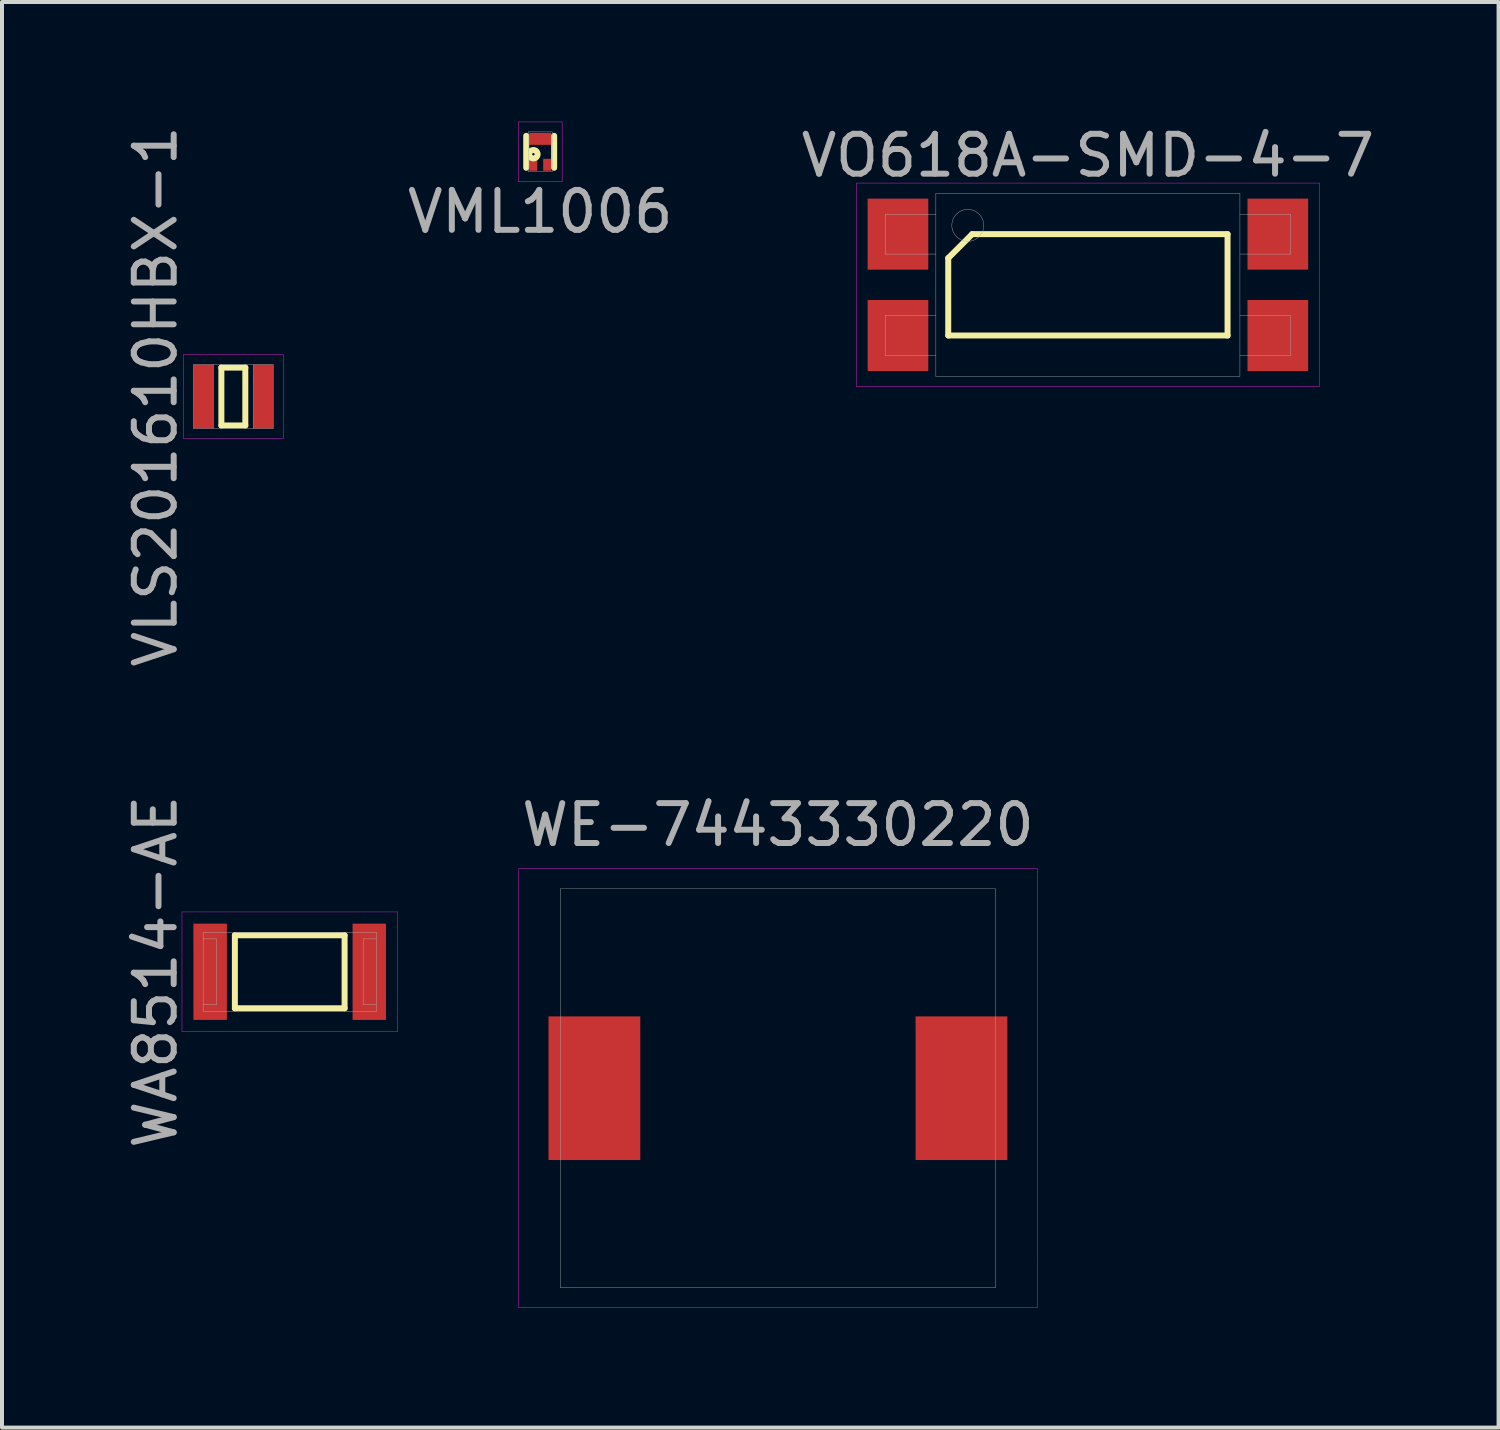
<source format=kicad_pcb>
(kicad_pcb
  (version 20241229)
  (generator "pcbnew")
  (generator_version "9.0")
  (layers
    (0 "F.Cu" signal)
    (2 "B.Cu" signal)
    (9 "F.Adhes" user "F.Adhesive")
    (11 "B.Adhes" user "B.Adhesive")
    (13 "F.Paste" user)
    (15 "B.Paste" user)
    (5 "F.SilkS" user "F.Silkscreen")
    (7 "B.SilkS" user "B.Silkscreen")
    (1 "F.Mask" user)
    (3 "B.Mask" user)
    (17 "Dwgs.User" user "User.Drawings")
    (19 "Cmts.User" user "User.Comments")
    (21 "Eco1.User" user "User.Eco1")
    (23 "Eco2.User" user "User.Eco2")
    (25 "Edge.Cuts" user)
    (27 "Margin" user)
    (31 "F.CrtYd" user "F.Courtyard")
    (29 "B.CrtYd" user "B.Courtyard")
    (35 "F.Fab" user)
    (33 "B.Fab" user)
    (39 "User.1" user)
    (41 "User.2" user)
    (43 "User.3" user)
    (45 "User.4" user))
  (footprint "VLS201610HBX-1"
    (layer "F.Cu")
    (at 2.798 6.887)
    (property "Reference" "VLS201610HBX-1" (at -1.95 0 90) (layer "F.Fab") (effects (font (size 1 1) (thickness 0.15))))
    (attr smd)
    (fp_line (start -0.3 -0.725) (end 0.3 -0.725) (stroke (width 0.15) (type solid)) (layer "F.SilkS"))
    (fp_line (start -0.3 0.725) (end -0.3 -0.725) (stroke (width 0.15) (type solid)) (layer "F.SilkS"))
    (fp_line (start 0.3 -0.725) (end 0.3 0.725) (stroke (width 0.15) (type solid)) (layer "F.SilkS"))
    (fp_line (start 0.3 0.725) (end -0.3 0.725) (stroke (width 0.15) (type solid)) (layer "F.SilkS"))
    (fp_line (start -1.25 -1.05) (end 1.25 -1.05) (stroke (width 0.01) (type solid)) (layer "F.CrtYd"))
    (fp_line (start -1.25 1.05) (end -1.25 -1.05) (stroke (width 0.01) (type solid)) (layer "F.CrtYd"))
    (fp_line (start 1.25 -1.05) (end 1.25 1.05) (stroke (width 0.01) (type solid)) (layer "F.CrtYd"))
    (fp_line (start 1.25 1.05) (end -1.25 1.05) (stroke (width 0.01) (type solid)) (layer "F.CrtYd"))
    (fp_line (start -1 -0.8) (end 1 -0.8) (stroke (width 0.01) (type solid)) (layer "F.Fab"))
    (fp_line (start -1 0.8) (end -1 -0.8) (stroke (width 0.01) (type solid)) (layer "F.Fab"))
    (fp_line (start -0.5 -0.8) (end -0.5 0.8) (stroke (width 0.01) (type solid)) (layer "F.Fab"))
    (fp_line (start 0.5 -0.8) (end 0.5 0.8) (stroke (width 0.01) (type solid)) (layer "F.Fab"))
    (fp_line (start 1 -0.8) (end 1 0.8) (stroke (width 0.01) (type solid)) (layer "F.Fab"))
    (fp_line (start 1 0.8) (end -1 0.8) (stroke (width 0.01) (type solid)) (layer "F.Fab"))
    (pad "1" smd rect (at -0.75 0) (size 0.5 1.6) (layers "F.Cu" "F.Mask" "F.Paste"))
    (pad "2" smd rect (at 0.75 0) (size 0.5 1.6) (layers "F.Cu" "F.Mask" "F.Paste")))
  (footprint "WE-7443330220"
    (layer "F.Cu")
    (at 16.446 24.222)
    (property "Reference" "WE-7443330220" (at 0 -6.6 0) (layer "F.Fab") (effects (font (size 1 1) (thickness 0.15))))
    (attr through_hole)
    (fp_line (start -6.5 -5.5) (end 6.5 -5.5) (stroke (width 0.01) (type solid)) (layer "F.CrtYd"))
    (fp_line (start -6.5 5.5) (end -6.5 -5.5) (stroke (width 0.01) (type solid)) (layer "F.CrtYd"))
    (fp_line (start 6.5 -5.5) (end 6.5 4.3) (stroke (width 0.01) (type solid)) (layer "F.CrtYd"))
    (fp_line (start 6.5 4.3) (end 6.5 5.5) (stroke (width 0.01) (type solid)) (layer "F.CrtYd"))
    (fp_line (start 6.5 5.5) (end -6.5 5.5) (stroke (width 0.01) (type solid)) (layer "F.CrtYd"))
    (fp_line (start -5.45 -5) (end 5.45 -5) (stroke (width 0.01) (type solid)) (layer "F.Fab"))
    (fp_line (start -5.45 5) (end -5.45 -5) (stroke (width 0.01) (type solid)) (layer "F.Fab"))
    (fp_line (start 5.45 -5) (end 5.45 5) (stroke (width 0.01) (type solid)) (layer "F.Fab"))
    (fp_line (start 5.45 5) (end -5.45 5) (stroke (width 0.01) (type solid)) (layer "F.Fab"))
    (pad "1" smd rect (at -4.6 0) (size 2.3 3.6) (layers "F.Cu" "F.Mask" "F.Paste"))
    (pad "2" smd rect (at 4.6 0) (size 2.3 3.6) (layers "F.Cu" "F.Mask" "F.Paste")))
  (footprint "VO618A-SMD-4-7"
    (layer "F.Cu")
    (at 24.214 4.088)
    (property "Reference" "VO618A-SMD-4-7" (at 0 -3.24 0) (layer "F.Fab") (effects (font (size 1 1) (thickness 0.15))))
    (attr smd)
    (fp_line (start -3.5 -0.67) (end -2.9 -1.27) (stroke (width 0.15) (type solid)) (layer "F.SilkS"))
    (fp_line (start -3.5 1.27) (end -3.5 -0.67) (stroke (width 0.15) (type solid)) (layer "F.SilkS"))
    (fp_line (start -2.9 -1.27) (end 3.5 -1.27) (stroke (width 0.15) (type solid)) (layer "F.SilkS"))
    (fp_line (start 3.5 -1.27) (end 3.5 1.27) (stroke (width 0.15) (type solid)) (layer "F.SilkS"))
    (fp_line (start 3.5 1.27) (end -3.5 1.27) (stroke (width 0.15) (type solid)) (layer "F.SilkS"))
    (fp_line (start -5.8 -2.55) (end 5.8 -2.55) (stroke (width 0.01) (type solid)) (layer "F.CrtYd"))
    (fp_line (start -5.8 2.55) (end -5.8 -2.55) (stroke (width 0.01) (type solid)) (layer "F.CrtYd"))
    (fp_line (start 5.8 -2.55) (end 5.8 2.55) (stroke (width 0.01) (type solid)) (layer "F.CrtYd"))
    (fp_line (start 5.8 2.55) (end -5.8 2.55) (stroke (width 0.01) (type solid)) (layer "F.CrtYd"))
    (fp_line (start -5.08 -1.77) (end -3.81 -1.77) (stroke (width 0.01) (type solid)) (layer "F.Fab"))
    (fp_line (start -5.08 -0.77) (end -5.08 -1.77) (stroke (width 0.01) (type solid)) (layer "F.Fab"))
    (fp_line (start -5.08 0.77) (end -3.81 0.77) (stroke (width 0.01) (type solid)) (layer "F.Fab"))
    (fp_line (start -5.08 1.77) (end -5.08 0.77) (stroke (width 0.01) (type solid)) (layer "F.Fab"))
    (fp_line (start -3.81 -2.29) (end 3.81 -2.29) (stroke (width 0.01) (type solid)) (layer "F.Fab"))
    (fp_line (start -3.81 -0.77) (end -5.08 -0.77) (stroke (width 0.01) (type solid)) (layer "F.Fab"))
    (fp_line (start -3.81 1.77) (end -5.08 1.77) (stroke (width 0.01) (type solid)) (layer "F.Fab"))
    (fp_line (start -3.81 2.29) (end -3.81 -2.29) (stroke (width 0.01) (type solid)) (layer "F.Fab"))
    (fp_line (start 3.81 -2.29) (end 3.81 2.29) (stroke (width 0.01) (type solid)) (layer "F.Fab"))
    (fp_line (start 3.81 -1.77) (end 5.08 -1.77) (stroke (width 0.01) (type solid)) (layer "F.Fab"))
    (fp_line (start 3.81 0.77) (end 5.08 0.77) (stroke (width 0.01) (type solid)) (layer "F.Fab"))
    (fp_line (start 3.81 2.29) (end -3.81 2.29) (stroke (width 0.01) (type solid)) (layer "F.Fab"))
    (fp_line (start 5.08 -1.77) (end 5.08 -0.77) (stroke (width 0.01) (type solid)) (layer "F.Fab"))
    (fp_line (start 5.08 -0.77) (end 3.81 -0.77) (stroke (width 0.01) (type solid)) (layer "F.Fab"))
    (fp_line (start 5.08 0.77) (end 5.08 1.77) (stroke (width 0.01) (type solid)) (layer "F.Fab"))
    (fp_line (start 5.08 1.77) (end 3.81 1.77) (stroke (width 0.01) (type solid)) (layer "F.Fab"))
    (fp_circle (center -3.01 -1.49) (end -3.01 -1.09) (stroke (width 0.01) (type solid)) (fill no) (layer "F.Fab"))
    (pad "1" smd rect (at -4.76 -1.27) (size 1.52 1.78) (layers "F.Cu" "F.Mask" "F.Paste"))
    (pad "2" smd rect (at -4.76 1.27) (size 1.52 1.78) (layers "F.Cu" "F.Mask" "F.Paste"))
    (pad "3" smd rect (at 4.76 1.27) (size 1.52 1.78) (layers "F.Cu" "F.Mask" "F.Paste"))
    (pad "4" smd rect (at 4.76 -1.27) (size 1.52 1.78) (layers "F.Cu" "F.Mask" "F.Paste")))
  (footprint "WA8514-AE"
    (layer "F.Cu")
    (at 4.211 21.304)
    (property "Reference" "WA8514-AE" (at -3.363 0 90) (layer "F.Fab") (effects (font (size 1 1) (thickness 0.15))))
    (attr smd)
    (fp_line (start -1.375 -0.915) (end 1.375 -0.915) (stroke (width 0.15) (type solid)) (layer "F.SilkS"))
    (fp_line (start -1.375 0.915) (end -1.375 -0.915) (stroke (width 0.15) (type solid)) (layer "F.SilkS"))
    (fp_line (start 1.375 -0.915) (end 1.375 0.915) (stroke (width 0.15) (type solid)) (layer "F.SilkS"))
    (fp_line (start 1.375 0.915) (end -1.375 0.915) (stroke (width 0.15) (type solid)) (layer "F.SilkS"))
    (fp_line (start -2.7 -1.5) (end 2.7 -1.5) (stroke (width 0.01) (type solid)) (layer "F.CrtYd"))
    (fp_line (start -2.7 1.5) (end -2.7 -1.5) (stroke (width 0.01) (type solid)) (layer "F.CrtYd"))
    (fp_line (start 2.7 -1.5) (end 2.7 1.5) (stroke (width 0.01) (type solid)) (layer "F.CrtYd"))
    (fp_line (start 2.7 1.5) (end -2.7 1.5) (stroke (width 0.01) (type solid)) (layer "F.CrtYd"))
    (fp_line (start -2.17 -0.99) (end 2.17 -0.99) (stroke (width 0.01) (type solid)) (layer "F.Fab"))
    (fp_line (start -2.17 0.99) (end -2.17 -0.99) (stroke (width 0.01) (type solid)) (layer "F.Fab"))
    (fp_line (start -1.84 -0.825) (end -2.17 -0.825) (stroke (width 0.01) (type solid)) (layer "F.Fab"))
    (fp_line (start -1.84 -0.825) (end -1.84 0.825) (stroke (width 0.01) (type solid)) (layer "F.Fab"))
    (fp_line (start -1.84 0.825) (end -2.17 0.825) (stroke (width 0.01) (type solid)) (layer "F.Fab"))
    (fp_line (start 1.84 -0.825) (end 1.84 0.825) (stroke (width 0.01) (type solid)) (layer "F.Fab"))
    (fp_line (start 1.84 -0.825) (end 2.17 -0.825) (stroke (width 0.01) (type solid)) (layer "F.Fab"))
    (fp_line (start 1.84 0.825) (end 2.17 0.825) (stroke (width 0.01) (type solid)) (layer "F.Fab"))
    (fp_line (start 2.17 -0.99) (end 2.17 0.99) (stroke (width 0.01) (type solid)) (layer "F.Fab"))
    (fp_line (start 2.17 0.99) (end -2.17 0.99) (stroke (width 0.01) (type solid)) (layer "F.Fab"))
    (pad "1" smd rect (at -1.994 0) (size 0.838 2.413) (layers "F.Cu" "F.Mask" "F.Paste"))
    (pad "2" smd rect (at 1.994 0) (size 0.838 2.413) (layers "F.Cu" "F.Mask" "F.Paste")))
  (footprint "VML1006"
    (layer "F.Cu")
    (at 10.488 0.755)
    (property "Reference" "VML1006" (at 0 1.5 0) (layer "F.Fab") (effects (font (size 1 1) (thickness 0.15))))
    (attr through_hole)
    (fp_line (start -0.35 -0.4) (end -0.35 0.4) (stroke (width 0.15) (type solid)) (layer "F.SilkS"))
    (fp_line (start 0.35 -0.4) (end 0.35 0.4) (stroke (width 0.15) (type solid)) (layer "F.SilkS"))
    (fp_circle (center -0.17 0.06) (end -0.14 0.06) (stroke (width 0.15) (type solid)) (fill no) (layer "F.SilkS"))
    (fp_line (start -0.55 -0.75) (end 0.55 -0.75) (stroke (width 0.01) (type solid)) (layer "F.CrtYd"))
    (fp_line (start -0.55 0.75) (end -0.55 -0.75) (stroke (width 0.01) (type solid)) (layer "F.CrtYd"))
    (fp_line (start 0.55 -0.75) (end 0.55 0.75) (stroke (width 0.01) (type solid)) (layer "F.CrtYd"))
    (fp_line (start 0.55 0.75) (end -0.55 0.75) (stroke (width 0.01) (type solid)) (layer "F.CrtYd"))
    (fp_line (start -0.3 -0.5) (end 0.3 -0.5) (stroke (width 0.01) (type solid)) (layer "F.Fab"))
    (fp_line (start -0.3 0.5) (end -0.3 -0.5) (stroke (width 0.01) (type solid)) (layer "F.Fab"))
    (fp_line (start 0.3 -0.5) (end 0.3 0.5) (stroke (width 0.01) (type solid)) (layer "F.Fab"))
    (fp_line (start 0.3 0.5) (end -0.3 0.5) (stroke (width 0.01) (type solid)) (layer "F.Fab"))
    (pad "D" smd rect (at 0 -0.325) (size 0.55 0.3) (layers "F.Cu" "F.Mask" "F.Paste"))
    (pad "G" smd rect (at -0.175 0.325) (size 0.2 0.3) (layers "F.Cu" "F.Mask" "F.Paste"))
    (pad "S" smd rect (at 0.175 0.325) (size 0.2 0.3) (layers "F.Cu" "F.Mask" "F.Paste")))
  (gr_rect
    (start -3 -3)
    (end 34.506 32.727)
    (stroke (width 0.1) (type default))
    (fill no)
    (layer "Edge.Cuts")))
</source>
